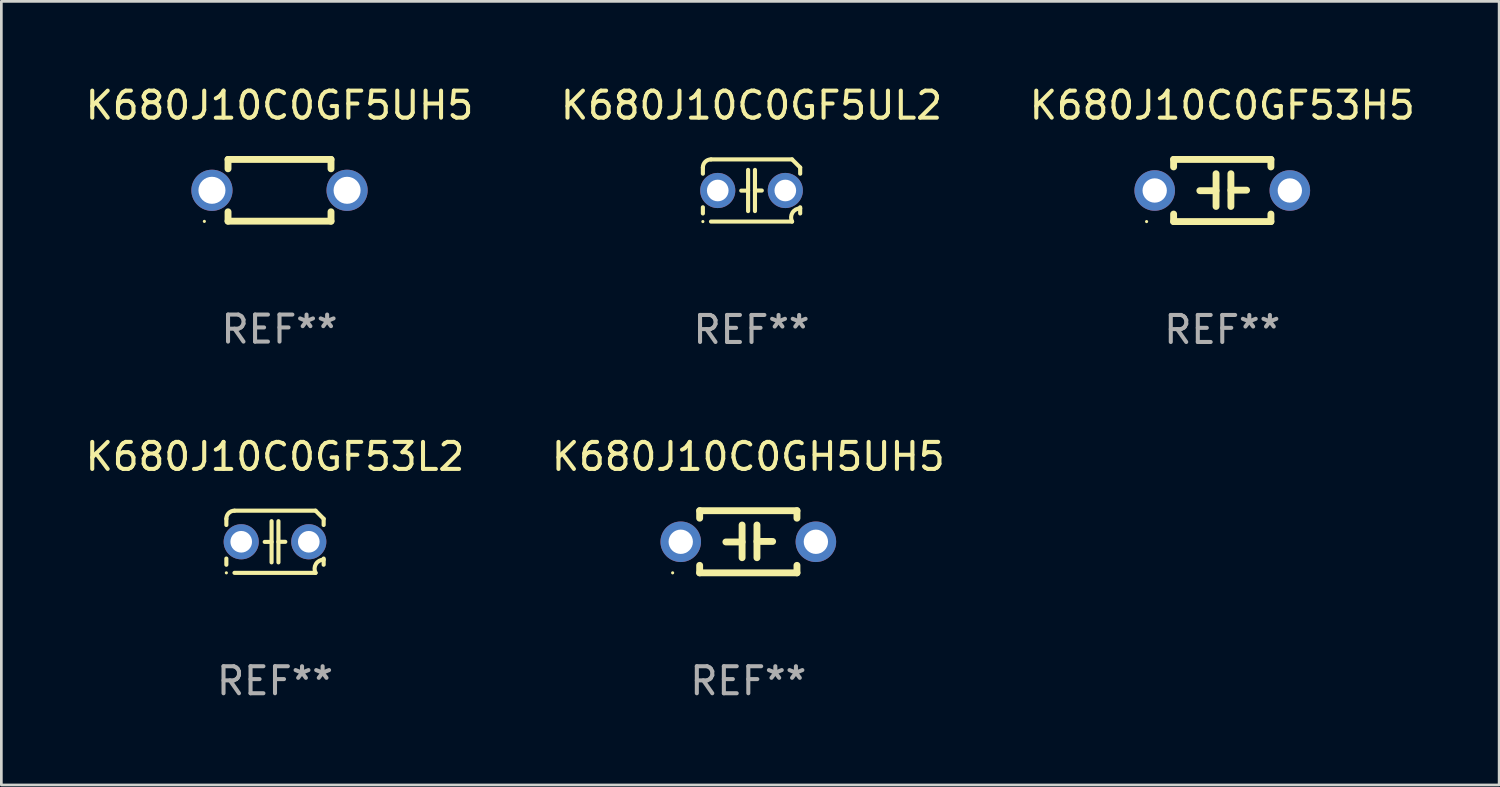
<source format=kicad_pcb>
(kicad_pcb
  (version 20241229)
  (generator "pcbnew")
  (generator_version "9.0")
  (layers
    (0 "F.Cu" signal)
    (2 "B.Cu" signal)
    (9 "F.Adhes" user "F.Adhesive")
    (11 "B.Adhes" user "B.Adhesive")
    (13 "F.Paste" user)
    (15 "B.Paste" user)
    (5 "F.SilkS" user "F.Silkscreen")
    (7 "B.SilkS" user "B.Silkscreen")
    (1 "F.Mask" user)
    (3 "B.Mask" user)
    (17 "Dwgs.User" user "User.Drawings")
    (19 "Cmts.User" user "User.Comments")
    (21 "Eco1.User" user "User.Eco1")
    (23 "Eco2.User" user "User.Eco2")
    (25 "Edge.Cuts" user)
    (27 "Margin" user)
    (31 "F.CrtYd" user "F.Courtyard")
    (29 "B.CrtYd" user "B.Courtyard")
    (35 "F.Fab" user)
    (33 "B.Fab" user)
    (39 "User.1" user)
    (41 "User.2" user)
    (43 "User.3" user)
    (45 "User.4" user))
  (footprint "K680J10C0GF5UL2"
    (layer "F.Cu")
    (at 24.756 3.998)
    (property "Reference" "K680J10C0GF5UL2" (at 0 -3.15 0) (layer "F.SilkS") (effects (font (size 1 1) (thickness 0.15))))
    (attr through_hole)
    (fp_line (start -1.8 -0.621) (end -1.8 -0.85) (stroke (width 0.152) (type solid)) (layer "F.SilkS"))
    (fp_line (start -1.8 0.85) (end -1.8 0.621) (stroke (width 0.152) (type solid)) (layer "F.SilkS"))
    (fp_line (start -1.5 -1.15) (end 1.5 -1.15) (stroke (width 0.152) (type solid)) (layer "F.SilkS"))
    (fp_line (start -0.127 -0.762) (end -0.127 0.762) (stroke (width 0.152) (type solid)) (layer "F.SilkS"))
    (fp_line (start -0.127 0.005) (end -0.381 0.005) (stroke (width 0.152) (type solid)) (layer "F.SilkS"))
    (fp_line (start 0.127 -0.762) (end 0.127 0.762) (stroke (width 0.152) (type solid)) (layer "F.SilkS"))
    (fp_line (start 0.127 0.002) (end 0.381 0.002) (stroke (width 0.152) (type solid)) (layer "F.SilkS"))
    (fp_line (start 1.5 1.15) (end -1.5 1.15) (stroke (width 0.152) (type solid)) (layer "F.SilkS"))
    (fp_line (start 1.8 -0.85) (end 1.8 -0.621) (stroke (width 0.152) (type solid)) (layer "F.SilkS"))
    (fp_line (start 1.8 0.621) (end 1.8 0.85) (stroke (width 0.152) (type solid)) (layer "F.SilkS"))
    (fp_arc (start -1.799975 -0.849987) (mid -1.712107 -1.062119) (end -1.499975 -1.149987) (stroke (width 0.151994) (type solid)) (layer "F.SilkS"))
    (fp_arc (start 1.499975 1.149987) (mid 1.513726 0.822359) (end 1.799975 0.662387) (stroke (width 0.151994) (type solid)) (layer "F.SilkS"))
    (fp_arc (start 1.500001 -1.149986) (mid 1.650015 -1.000001) (end 1.8 -0.849987) (stroke (width 0.151994) (type solid)) (layer "F.SilkS"))
    (fp_circle (center -1.8 1.15) (end -1.77 1.15) (stroke (width 0.06) (type solid)) (fill no) (layer "F.SilkS"))
    (fp_text user "REF**" (at 0 5.15 0) (layer "F.Fab") (effects (font (size 1 1) (thickness 0.15))))
    (pad "1" thru_hole circle (at -1.25 0) (size 1.3 1.3) (drill 0.8) (layers "*.Cu" "*.Mask"))
    (pad "2" thru_hole circle (at 1.25 0) (size 1.3 1.3) (drill 0.8) (layers "*.Cu" "*.Mask")))
  (footprint "K680J10C0GF5UH5"
    (layer "F.Cu")
    (at 7.292 3.991)
    (property "Reference" "K680J10C0GF5UH5" (at 0 -3.143 0) (layer "F.SilkS") (effects (font (size 1 1) (thickness 0.15))))
    (attr through_hole)
    (fp_line (start -1.905 -1.143) (end 1.905 -1.143) (stroke (width 0.254) (type solid)) (layer "F.SilkS"))
    (fp_line (start -1.905 -0.795) (end -1.905 -1.143) (stroke (width 0.254) (type solid)) (layer "F.SilkS"))
    (fp_line (start -1.905 1.143) (end -1.905 0.795) (stroke (width 0.254) (type solid)) (layer "F.SilkS"))
    (fp_line (start 1.905 -1.143) (end 1.905 -0.795) (stroke (width 0.254) (type solid)) (layer "F.SilkS"))
    (fp_line (start 1.905 0.795) (end 1.905 1.143) (stroke (width 0.254) (type solid)) (layer "F.SilkS"))
    (fp_line (start 1.905 1.143) (end -1.905 1.143) (stroke (width 0.254) (type solid)) (layer "F.SilkS"))
    (fp_circle (center -2.781 1.15) (end -2.751 1.15) (stroke (width 0.06) (type solid)) (fill no) (layer "F.SilkS"))
    (fp_text user "REF**" (at 0 5.143 0) (layer "F.Fab") (effects (font (size 1 1) (thickness 0.15))))
    (pad "1" thru_hole circle (at -2.5 0) (size 1.524 1.524) (drill 1) (layers "*.Cu" "*.Mask"))
    (pad "2" thru_hole circle (at 2.5 0) (size 1.524 1.524) (drill 1) (layers "*.Cu" "*.Mask")))
  (footprint "K680J10C0GF53H5"
    (layer "F.Cu")
    (at 42.173 3.998)
    (property "Reference" "K680J10C0GF53H5" (at 0 -3.15 0) (layer "F.SilkS") (effects (font (size 1 1) (thickness 0.15))))
    (attr through_hole)
    (fp_line (start -1.8 -1.15) (end -1.8 -0.872) (stroke (width 0.254) (type solid)) (layer "F.SilkS"))
    (fp_line (start -1.8 -1.15) (end 1.8 -1.15) (stroke (width 0.254) (type solid)) (layer "F.SilkS"))
    (fp_line (start -1.8 0.872) (end -1.8 1.15) (stroke (width 0.254) (type solid)) (layer "F.SilkS"))
    (fp_line (start -1.8 1.15) (end 1.8 1.15) (stroke (width 0.254) (type solid)) (layer "F.SilkS"))
    (fp_line (start -0.23 -0.62) (end -0.23 0.59) (stroke (width 0.254) (type solid)) (layer "F.SilkS"))
    (fp_line (start -0.23 0.007) (end -0.83 0.007) (stroke (width 0.254) (type solid)) (layer "F.SilkS"))
    (fp_line (start 0.32 -0.62) (end 0.32 0.59) (stroke (width 0.254) (type solid)) (layer "F.SilkS"))
    (fp_line (start 0.32 -0.012) (end 0.9 -0.012) (stroke (width 0.254) (type solid)) (layer "F.SilkS"))
    (fp_line (start 1.8 -1.15) (end 1.8 -0.872) (stroke (width 0.254) (type solid)) (layer "F.SilkS"))
    (fp_line (start 1.8 0.872) (end 1.8 1.15) (stroke (width 0.254) (type solid)) (layer "F.SilkS"))
    (fp_circle (center -2.8 1.15) (end -2.77 1.15) (stroke (width 0.06) (type solid)) (fill no) (layer "F.SilkS"))
    (fp_text user "REF**" (at 0 5.15 0) (layer "F.Fab") (effects (font (size 1 1) (thickness 0.15))))
    (pad "1" thru_hole circle (at -2.5 0) (size 1.5 1.5) (drill 0.9) (layers "*.Cu" "*.Mask"))
    (pad "2" thru_hole circle (at 2.5 0) (size 1.5 1.5) (drill 0.9) (layers "*.Cu" "*.Mask")))
  (footprint "K680J10C0GF53L2"
    (layer "F.Cu")
    (at 7.125 16.995)
    (property "Reference" "K680J10C0GF53L2" (at 0 -3.15 0) (layer "F.SilkS") (effects (font (size 1 1) (thickness 0.15))))
    (attr through_hole)
    (fp_line (start -1.8 -0.621) (end -1.8 -0.85) (stroke (width 0.152) (type solid)) (layer "F.SilkS"))
    (fp_line (start -1.8 0.85) (end -1.8 0.621) (stroke (width 0.152) (type solid)) (layer "F.SilkS"))
    (fp_line (start -1.5 -1.15) (end 1.5 -1.15) (stroke (width 0.152) (type solid)) (layer "F.SilkS"))
    (fp_line (start -0.127 -0.762) (end -0.127 0.762) (stroke (width 0.152) (type solid)) (layer "F.SilkS"))
    (fp_line (start -0.127 0.005) (end -0.381 0.005) (stroke (width 0.152) (type solid)) (layer "F.SilkS"))
    (fp_line (start 0.127 -0.762) (end 0.127 0.762) (stroke (width 0.152) (type solid)) (layer "F.SilkS"))
    (fp_line (start 0.127 0.002) (end 0.381 0.002) (stroke (width 0.152) (type solid)) (layer "F.SilkS"))
    (fp_line (start 1.5 1.15) (end -1.5 1.15) (stroke (width 0.152) (type solid)) (layer "F.SilkS"))
    (fp_line (start 1.8 -0.85) (end 1.8 -0.621) (stroke (width 0.152) (type solid)) (layer "F.SilkS"))
    (fp_line (start 1.8 0.621) (end 1.8 0.85) (stroke (width 0.152) (type solid)) (layer "F.SilkS"))
    (fp_arc (start -1.799975 -0.849987) (mid -1.712107 -1.062119) (end -1.499975 -1.149987) (stroke (width 0.151994) (type solid)) (layer "F.SilkS"))
    (fp_arc (start 1.499975 1.149987) (mid 1.513726 0.822359) (end 1.799975 0.662387) (stroke (width 0.151994) (type solid)) (layer "F.SilkS"))
    (fp_arc (start 1.500001 -1.149986) (mid 1.650015 -1.000001) (end 1.8 -0.849987) (stroke (width 0.151994) (type solid)) (layer "F.SilkS"))
    (fp_circle (center -1.8 1.15) (end -1.77 1.15) (stroke (width 0.06) (type solid)) (fill no) (layer "F.SilkS"))
    (fp_text user "REF**" (at 0 5.15 0) (layer "F.Fab") (effects (font (size 1 1) (thickness 0.15))))
    (pad "1" thru_hole circle (at -1.25 0) (size 1.3 1.3) (drill 0.8) (layers "*.Cu" "*.Mask"))
    (pad "2" thru_hole circle (at 1.25 0) (size 1.3 1.3) (drill 0.8) (layers "*.Cu" "*.Mask")))
  (footprint "K680J10C0GH5UH5"
    (layer "F.Cu")
    (at 24.637 16.995)
    (property "Reference" "K680J10C0GH5UH5" (at 0 -3.15 0) (layer "F.SilkS") (effects (font (size 1 1) (thickness 0.15))))
    (attr through_hole)
    (fp_line (start -1.8 -1.15) (end -1.8 -0.872) (stroke (width 0.254) (type solid)) (layer "F.SilkS"))
    (fp_line (start -1.8 -1.15) (end 1.8 -1.15) (stroke (width 0.254) (type solid)) (layer "F.SilkS"))
    (fp_line (start -1.8 0.872) (end -1.8 1.15) (stroke (width 0.254) (type solid)) (layer "F.SilkS"))
    (fp_line (start -1.8 1.15) (end 1.8 1.15) (stroke (width 0.254) (type solid)) (layer "F.SilkS"))
    (fp_line (start -0.23 -0.62) (end -0.23 0.59) (stroke (width 0.254) (type solid)) (layer "F.SilkS"))
    (fp_line (start -0.23 0.007) (end -0.83 0.007) (stroke (width 0.254) (type solid)) (layer "F.SilkS"))
    (fp_line (start 0.32 -0.62) (end 0.32 0.59) (stroke (width 0.254) (type solid)) (layer "F.SilkS"))
    (fp_line (start 0.32 -0.012) (end 0.9 -0.012) (stroke (width 0.254) (type solid)) (layer "F.SilkS"))
    (fp_line (start 1.8 -1.15) (end 1.8 -0.872) (stroke (width 0.254) (type solid)) (layer "F.SilkS"))
    (fp_line (start 1.8 0.872) (end 1.8 1.15) (stroke (width 0.254) (type solid)) (layer "F.SilkS"))
    (fp_circle (center -2.8 1.15) (end -2.77 1.15) (stroke (width 0.06) (type solid)) (fill no) (layer "F.SilkS"))
    (fp_text user "REF**" (at 0 5.15 0) (layer "F.Fab") (effects (font (size 1 1) (thickness 0.15))))
    (pad "1" thru_hole circle (at -2.5 0) (size 1.5 1.5) (drill 0.9) (layers "*.Cu" "*.Mask"))
    (pad "2" thru_hole circle (at 2.5 0) (size 1.5 1.5) (drill 0.9) (layers "*.Cu" "*.Mask")))
  (gr_rect
    (start -3 -3)
    (end 52.417 25.993)
    (stroke (width 0.1) (type default))
    (fill no)
    (layer "Edge.Cuts")))
</source>
